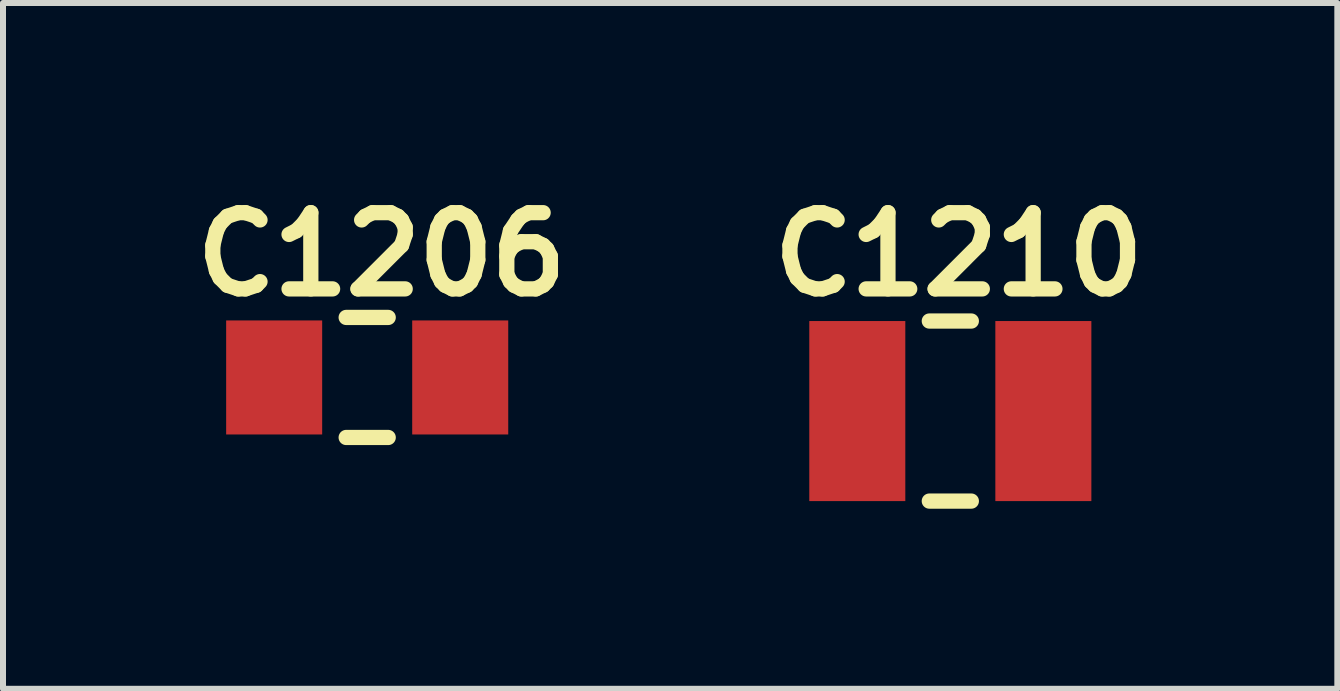
<source format=kicad_pcb>
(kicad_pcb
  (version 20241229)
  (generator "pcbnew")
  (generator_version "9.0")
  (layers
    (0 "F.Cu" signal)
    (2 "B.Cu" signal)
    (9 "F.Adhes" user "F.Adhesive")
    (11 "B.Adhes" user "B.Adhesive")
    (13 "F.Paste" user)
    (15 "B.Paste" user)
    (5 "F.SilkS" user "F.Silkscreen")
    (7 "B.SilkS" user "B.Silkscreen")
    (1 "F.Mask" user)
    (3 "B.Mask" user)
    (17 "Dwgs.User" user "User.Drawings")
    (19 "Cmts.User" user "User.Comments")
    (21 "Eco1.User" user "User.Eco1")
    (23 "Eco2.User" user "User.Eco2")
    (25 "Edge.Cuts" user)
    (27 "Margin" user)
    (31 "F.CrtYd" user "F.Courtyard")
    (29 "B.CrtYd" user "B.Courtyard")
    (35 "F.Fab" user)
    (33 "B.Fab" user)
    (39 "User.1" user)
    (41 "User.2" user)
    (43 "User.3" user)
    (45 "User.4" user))
  (footprint "C1206"
    (layer "F.Cu")
    (at 1.518 3.239)
    (property "Reference" "C1206" (at 1.79 -2.05 0) (layer "F.SilkS") (effects (font (size 1.27 1.27) (thickness 0.254))))
    (attr through_hole)
    (fp_line (start 1.2 -1) (end 1.9 -1) (stroke (width 0.254) (type solid)) (layer "F.SilkS"))
    (fp_line (start 1.2 1) (end 1.9 1) (stroke (width 0.254) (type solid)) (layer "F.SilkS"))
    (pad "1" smd rect (at 0 0) (size 1.6 1.9) (layers "F.Cu" "F.Mask" "F.Paste"))
    (pad "2" smd rect (at 3.1 0) (size 1.6 1.9) (layers "F.Cu" "F.Mask" "F.Paste")))
  (footprint "C1210"
    (layer "F.Cu")
    (at 11.234 3.799)
    (property "Reference" "C1210" (at 1.69 -2.61 0) (layer "F.SilkS") (effects (font (size 1.27 1.27) (thickness 0.254))))
    (attr through_hole)
    (fp_line (start 1.2 -1.5) (end 1.9 -1.5) (stroke (width 0.254) (type solid)) (layer "F.SilkS"))
    (fp_line (start 1.2 1.5) (end 1.9 1.5) (stroke (width 0.254) (type solid)) (layer "F.SilkS"))
    (pad "1" smd rect (at 0 0) (size 1.6 3) (layers "F.Cu" "F.Mask" "F.Paste"))
    (pad "2" smd rect (at 3.1 0) (size 1.6 3) (layers "F.Cu" "F.Mask" "F.Paste")))
  (gr_rect
    (start -3 -3)
    (end 19.232 8.426)
    (stroke (width 0.1) (type default))
    (fill no)
    (layer "Edge.Cuts")))
</source>
